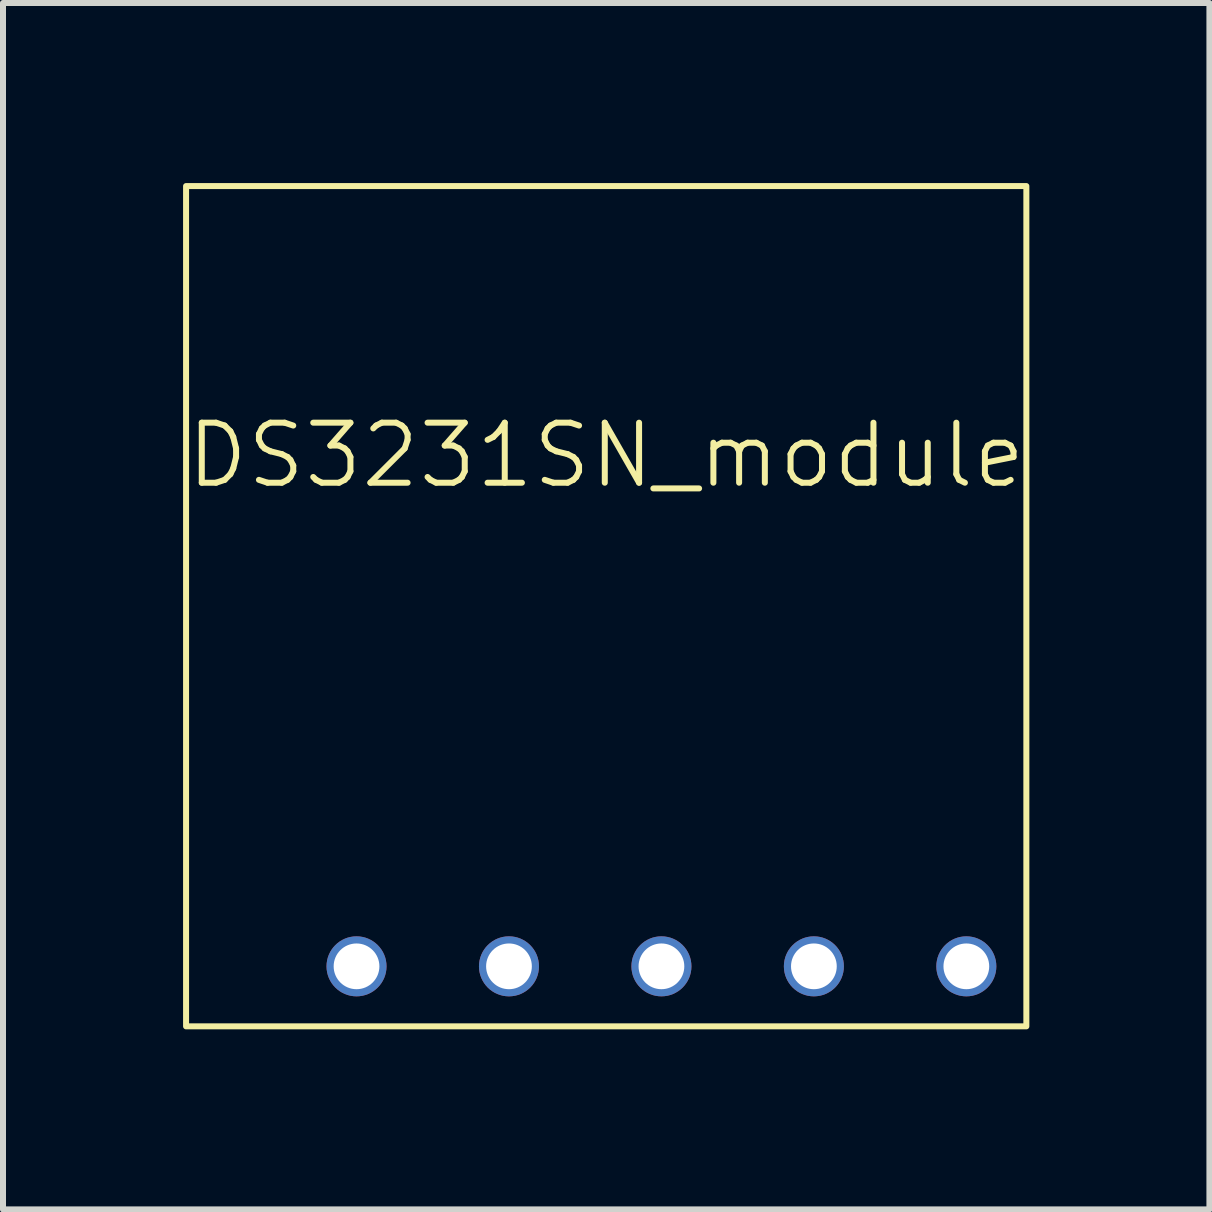
<source format=kicad_pcb>
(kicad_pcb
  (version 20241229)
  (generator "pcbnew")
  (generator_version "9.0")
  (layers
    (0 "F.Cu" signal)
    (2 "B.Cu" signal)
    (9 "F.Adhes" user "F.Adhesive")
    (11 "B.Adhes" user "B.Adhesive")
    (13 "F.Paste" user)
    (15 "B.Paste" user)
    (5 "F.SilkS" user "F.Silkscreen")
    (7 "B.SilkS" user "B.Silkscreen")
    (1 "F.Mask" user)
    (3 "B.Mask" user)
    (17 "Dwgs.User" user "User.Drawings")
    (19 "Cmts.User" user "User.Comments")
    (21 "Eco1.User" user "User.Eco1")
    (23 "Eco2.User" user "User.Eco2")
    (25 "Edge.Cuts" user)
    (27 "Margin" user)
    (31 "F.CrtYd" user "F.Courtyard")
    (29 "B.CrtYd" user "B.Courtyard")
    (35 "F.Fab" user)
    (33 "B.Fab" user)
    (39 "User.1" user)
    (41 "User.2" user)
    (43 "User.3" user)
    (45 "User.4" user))
  (footprint "DS3231SN_module"
    (layer "F.Cu")
    (at 7.05 7.05)
    (property "Reference" "DS3231SN_module" (at 0 -2.515 0) (unlocked yes) (layer "F.SilkS") (effects (font (size 1 1) (thickness 0.1))))
    (attr through_hole)
    (fp_rect (start -7 -7) (end 7 7) (stroke (width 0.1) (type default)) (fill no) (layer "F.SilkS"))
    (pad "1" thru_hole circle (at -4.16 6) (size 1 1) (drill 0.762) (layers "*.Cu" "*.Mask"))
    (pad "2" thru_hole circle (at -1.62 6) (size 1 1) (drill 0.762) (layers "*.Cu" "*.Mask"))
    (pad "3" thru_hole circle (at 0.92 6) (size 1 1) (drill 0.762) (layers "*.Cu" "*.Mask"))
    (pad "4" thru_hole circle (at 3.46 6) (size 1 1) (drill 0.762) (layers "*.Cu" "*.Mask"))
    (pad "5" thru_hole circle (at 6 6) (size 1 1) (drill 0.762) (layers "*.Cu" "*.Mask")))
  (gr_rect
    (start -3 -3)
    (end 17.1 17.1)
    (stroke (width 0.1) (type default))
    (fill no)
    (layer "Edge.Cuts")))
</source>
